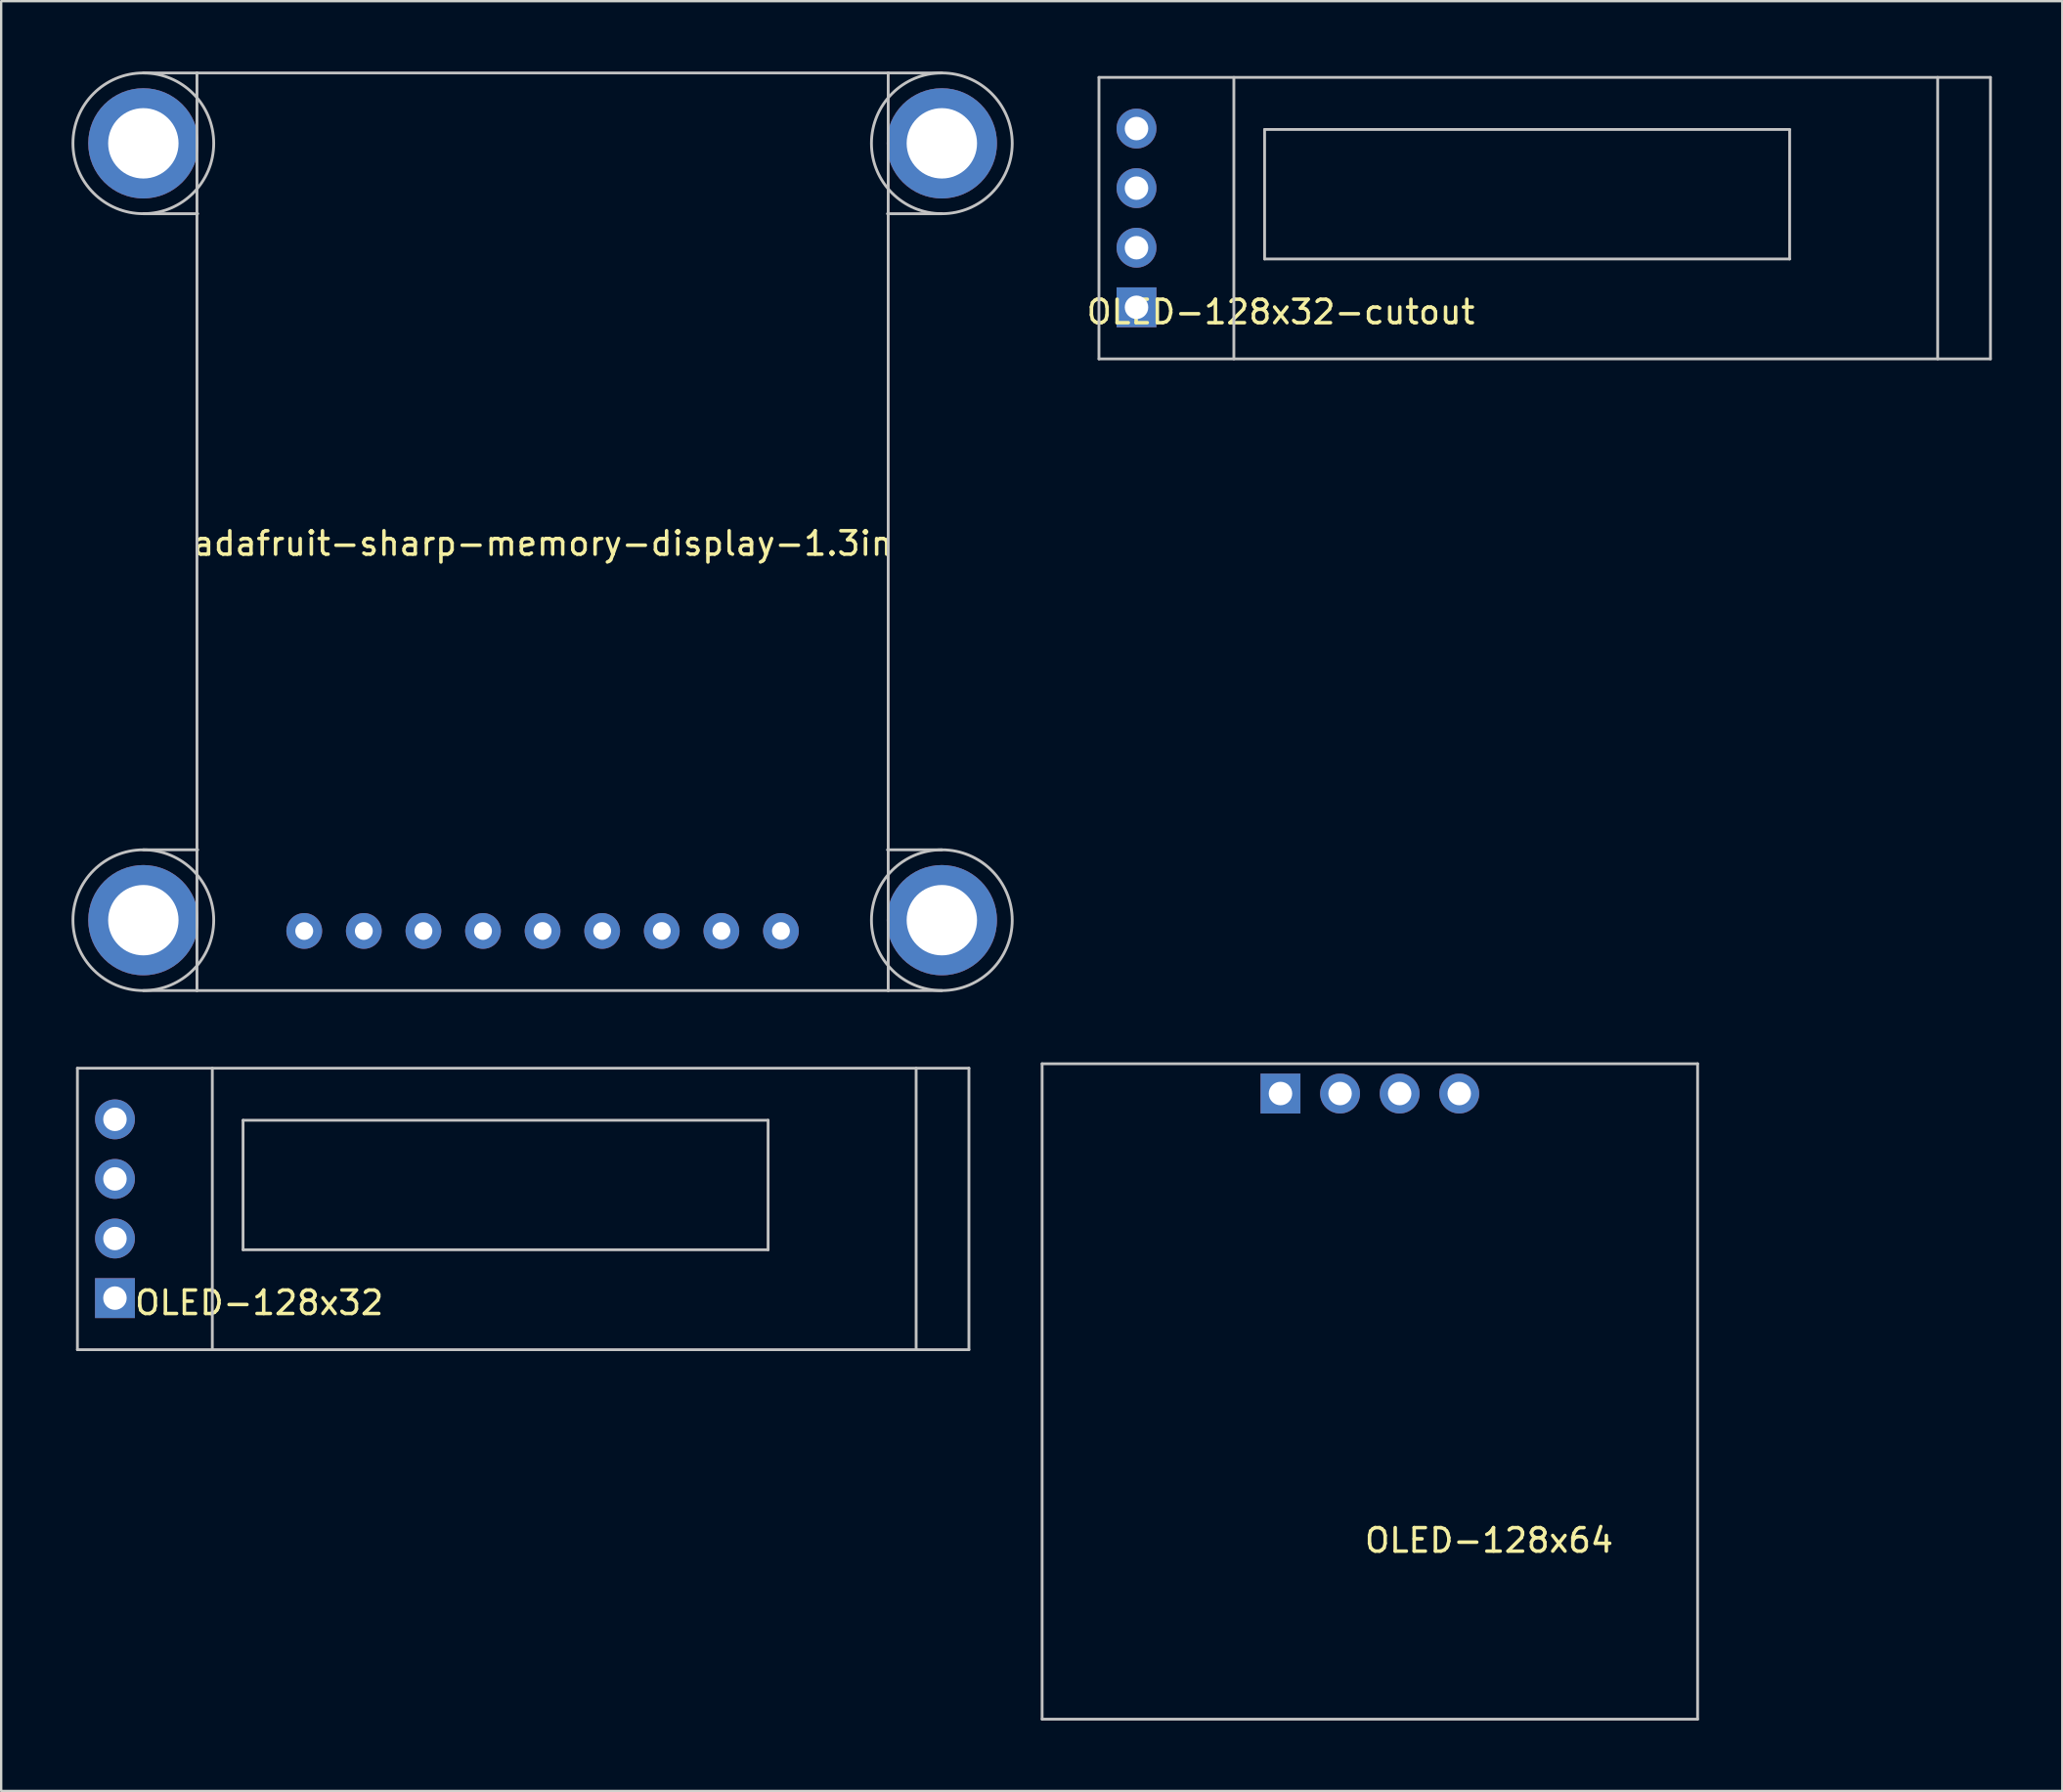
<source format=kicad_pcb>
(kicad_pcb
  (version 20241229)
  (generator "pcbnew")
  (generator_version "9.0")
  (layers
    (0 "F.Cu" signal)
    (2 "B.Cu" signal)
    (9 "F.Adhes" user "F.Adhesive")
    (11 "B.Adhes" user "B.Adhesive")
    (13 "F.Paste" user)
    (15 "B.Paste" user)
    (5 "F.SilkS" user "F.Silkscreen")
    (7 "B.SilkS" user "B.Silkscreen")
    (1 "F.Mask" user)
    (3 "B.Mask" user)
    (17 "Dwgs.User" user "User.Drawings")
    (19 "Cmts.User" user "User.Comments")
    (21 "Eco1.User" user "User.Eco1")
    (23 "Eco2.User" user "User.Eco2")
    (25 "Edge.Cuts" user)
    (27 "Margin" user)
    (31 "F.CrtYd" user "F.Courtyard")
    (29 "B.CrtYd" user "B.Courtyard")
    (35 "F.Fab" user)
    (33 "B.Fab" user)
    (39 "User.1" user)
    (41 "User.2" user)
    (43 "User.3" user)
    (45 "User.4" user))
  (footprint "OLED-128x32"
    (layer "F.Cu")
    (at 0.25 42.486)
    (property "Reference" "OLED-128x32" (at 7.75 10 0) (layer "F.SilkS") (effects (font (size 1 1) (thickness 0.15))))
    (attr through_hole)
    (fp_line (start 0 0) (end 0 12) (stroke (width 0.12) (type solid)) (layer "Dwgs.User"))
    (fp_line (start 0 0) (end 38 0) (stroke (width 0.12) (type solid)) (layer "Dwgs.User"))
    (fp_line (start 5.75 0) (end 5.75 12) (stroke (width 0.12) (type solid)) (layer "Dwgs.User"))
    (fp_line (start 7.06 2.22) (end 7.06 7.74) (stroke (width 0.12) (type solid)) (layer "Dwgs.User"))
    (fp_line (start 7.06 2.22) (end 29.44 2.22) (stroke (width 0.12) (type solid)) (layer "Dwgs.User"))
    (fp_line (start 7.06 7.74) (end 29.44 7.74) (stroke (width 0.12) (type solid)) (layer "Dwgs.User"))
    (fp_line (start 29.44 7.74) (end 29.44 2.22) (stroke (width 0.12) (type solid)) (layer "Dwgs.User"))
    (fp_line (start 35.75 0) (end 35.75 12) (stroke (width 0.12) (type solid)) (layer "Dwgs.User"))
    (fp_line (start 38 0) (end 38 12) (stroke (width 0.12) (type solid)) (layer "Dwgs.User"))
    (fp_line (start 38 12) (end 0 12) (stroke (width 0.12) (type solid)) (layer "Dwgs.User"))
    (pad "1" thru_hole rect (at 1.6 9.8 180) (size 1.7 1.7) (drill 1) (layers "*.Cu" "*.Mask"))
    (pad "2" thru_hole oval (at 1.6 7.26 180) (size 1.7 1.7) (drill 1) (layers "*.Cu" "*.Mask"))
    (pad "3" thru_hole oval (at 1.6 4.72 180) (size 1.7 1.7) (drill 1) (layers "*.Cu" "*.Mask"))
    (pad "4" thru_hole oval (at 1.6 2.18 180) (size 1.7 1.7) (drill 1) (layers "*.Cu" "*.Mask")))
  (footprint "OLED-128x32-cutout"
    (layer "F.Cu")
    (at 43.793 0.25)
    (property "Reference" "OLED-128x32-cutout" (at 7.75 10 0) (layer "F.SilkS") (effects (font (size 1 1) (thickness 0.15))))
    (attr through_hole)
    (fp_line (start 0 0) (end 0 12) (stroke (width 0.12) (type solid)) (layer "Dwgs.User"))
    (fp_line (start 0 0) (end 38 0) (stroke (width 0.12) (type solid)) (layer "Dwgs.User"))
    (fp_line (start 5.75 0) (end 5.75 12) (stroke (width 0.12) (type solid)) (layer "Dwgs.User"))
    (fp_line (start 7.06 2.22) (end 7.06 7.74) (stroke (width 0.12) (type solid)) (layer "Dwgs.User"))
    (fp_line (start 7.06 2.22) (end 29.44 2.22) (stroke (width 0.12) (type solid)) (layer "Dwgs.User"))
    (fp_line (start 7.06 7.74) (end 29.44 7.74) (stroke (width 0.12) (type solid)) (layer "Dwgs.User"))
    (fp_line (start 29.44 7.74) (end 29.44 2.22) (stroke (width 0.12) (type solid)) (layer "Dwgs.User"))
    (fp_line (start 35.75 0) (end 35.75 12) (stroke (width 0.12) (type solid)) (layer "Dwgs.User"))
    (fp_line (start 38 0) (end 38 12) (stroke (width 0.12) (type solid)) (layer "Dwgs.User"))
    (fp_line (start 38 12) (end 0 12) (stroke (width 0.12) (type solid)) (layer "Dwgs.User"))
    (pad "1" thru_hole rect (at 1.6 9.8 180) (size 1.7 1.7) (drill 1) (layers "*.Cu" "*.Mask"))
    (pad "2" thru_hole oval (at 1.6 7.26 180) (size 1.7 1.7) (drill 1) (layers "*.Cu" "*.Mask"))
    (pad "3" thru_hole oval (at 1.6 4.72 180) (size 1.7 1.7) (drill 1) (layers "*.Cu" "*.Mask"))
    (pad "4" thru_hole oval (at 1.6 2.18 180) (size 1.7 1.7) (drill 1) (layers "*.Cu" "*.Mask")))
  (footprint "OLED-128x64"
    (layer "F.Cu")
    (at 55.34 43.566)
    (property "Reference" "OLED-128x64" (at 5.08 19.05 0) (layer "F.SilkS") (effects (font (size 1 1) (thickness 0.15))))
    (attr through_hole)
    (fp_line (start -13.97 -1.27) (end -13.97 26.67) (stroke (width 0.12) (type solid)) (layer "Dwgs.User"))
    (fp_line (start -13.97 26.67) (end 13.97 26.67) (stroke (width 0.12) (type solid)) (layer "Dwgs.User"))
    (fp_line (start 13.97 -1.27) (end -13.97 -1.27) (stroke (width 0.12) (type solid)) (layer "Dwgs.User"))
    (fp_line (start 13.97 26.67) (end 13.97 -1.27) (stroke (width 0.12) (type solid)) (layer "Dwgs.User"))
    (pad "1" thru_hole rect (at -3.81 0 90) (size 1.7 1.7) (drill 1) (layers "*.Cu" "*.Mask"))
    (pad "2" thru_hole oval (at -1.27 0 90) (size 1.7 1.7) (drill 1) (layers "*.Cu" "*.Mask"))
    (pad "3" thru_hole oval (at 1.27 0 90) (size 1.7 1.7) (drill 1) (layers "*.Cu" "*.Mask"))
    (pad "4" thru_hole oval (at 3.81 0 90) (size 1.7 1.7) (drill 1) (layers "*.Cu" "*.Mask")))
  (footprint "adafruit-sharp-memory-display-1.3in"
    (layer "F.Cu")
    (at 20.078 19.618)
    (property "Reference" "adafruit-sharp-memory-display-1.3in" (at 0 0.5 0) (layer "F.SilkS") (effects (font (size 1 1) (thickness 0.15))))
    (attr through_hole)
    (fp_line (start -17.018 -19.558) (end -14.732 -19.558) (stroke (width 0.12) (type solid)) (layer "Dwgs.User"))
    (fp_line (start -17.018 -13.558) (end -14.7 -13.558) (stroke (width 0.12) (type solid)) (layer "Dwgs.User"))
    (fp_line (start -17.018 13.558) (end -14.7 13.558) (stroke (width 0.12) (type solid)) (layer "Dwgs.User"))
    (fp_line (start -17.018 19.558) (end -14.732 19.558) (stroke (width 0.12) (type solid)) (layer "Dwgs.User"))
    (fp_line (start -14.732 -19.558) (end -14.732 19.558) (stroke (width 0.12) (type solid)) (layer "Dwgs.User"))
    (fp_line (start -14.732 19.558) (end 14.732 19.558) (stroke (width 0.12) (type solid)) (layer "Dwgs.User"))
    (fp_line (start 14.732 -19.558) (end -14.732 -19.558) (stroke (width 0.12) (type solid)) (layer "Dwgs.User"))
    (fp_line (start 14.732 -19.558) (end 14.732 19.558) (stroke (width 0.12) (type solid)) (layer "Dwgs.User"))
    (fp_line (start 14.732 -19.558) (end 17.018 -19.558) (stroke (width 0.12) (type solid)) (layer "Dwgs.User"))
    (fp_line (start 17.018 -13.558) (end 14.7 -13.558) (stroke (width 0.12) (type solid)) (layer "Dwgs.User"))
    (fp_line (start 17.018 13.558) (end 14.7 13.558) (stroke (width 0.12) (type solid)) (layer "Dwgs.User"))
    (fp_line (start 17.018 19.558) (end 14.732 19.558) (stroke (width 0.12) (type solid)) (layer "Dwgs.User"))
    (fp_circle (center -17.018 -16.558) (end -14.018 -16.558) (stroke (width 0.12) (type solid)) (fill no) (layer "Dwgs.User"))
    (fp_circle (center -17.018 16.558) (end -14.018 16.558) (stroke (width 0.12) (type solid)) (fill no) (layer "Dwgs.User"))
    (fp_circle (center 17.018 -16.558) (end 20.018 -16.558) (stroke (width 0.12) (type solid)) (fill no) (layer "Dwgs.User"))
    (fp_circle (center 17.018 16.558) (end 20.018 16.558) (stroke (width 0.12) (type solid)) (fill no) (layer "Dwgs.User"))
    (pad "" thru_hole circle (at -17.018 -16.558) (size 4.7 4.7) (drill 3) (layers "*.Cu" "*.Mask"))
    (pad "" thru_hole circle (at -17.018 16.558) (size 4.7 4.7) (drill 3) (layers "*.Cu" "*.Mask"))
    (pad "" thru_hole circle (at 17.018 -16.558) (size 4.7 4.7) (drill 3) (layers "*.Cu" "*.Mask"))
    (pad "" thru_hole circle (at 17.018 16.558) (size 4.7 4.7) (drill 3) (layers "*.Cu" "*.Mask"))
    (pad "1" thru_hole circle (at -10.16 17.018) (size 1.524 1.524) (drill 0.762) (layers "*.Cu" "*.Mask"))
    (pad "2" thru_hole circle (at -7.62 17.018) (size 1.524 1.524) (drill 0.762) (layers "*.Cu" "*.Mask"))
    (pad "3" thru_hole circle (at -5.08 17.018) (size 1.524 1.524) (drill 0.762) (layers "*.Cu" "*.Mask"))
    (pad "4" thru_hole circle (at -2.54 17.018) (size 1.524 1.524) (drill 0.762) (layers "*.Cu" "*.Mask"))
    (pad "5" thru_hole circle (at 0 17.018) (size 1.524 1.524) (drill 0.762) (layers "*.Cu" "*.Mask"))
    (pad "6" thru_hole circle (at 2.54 17.018) (size 1.524 1.524) (drill 0.762) (layers "*.Cu" "*.Mask"))
    (pad "7" thru_hole circle (at 5.08 17.018) (size 1.524 1.524) (drill 0.762) (layers "*.Cu" "*.Mask"))
    (pad "8" thru_hole circle (at 7.62 17.018) (size 1.524 1.524) (drill 0.762) (layers "*.Cu" "*.Mask"))
    (pad "9" thru_hole circle (at 10.16 17.018) (size 1.524 1.524) (drill 0.762) (layers "*.Cu" "*.Mask")))
  (gr_rect
    (start -3 -3)
    (end 84.853 73.296)
    (stroke (width 0.1) (type default))
    (fill no)
    (layer "Edge.Cuts")))
</source>
